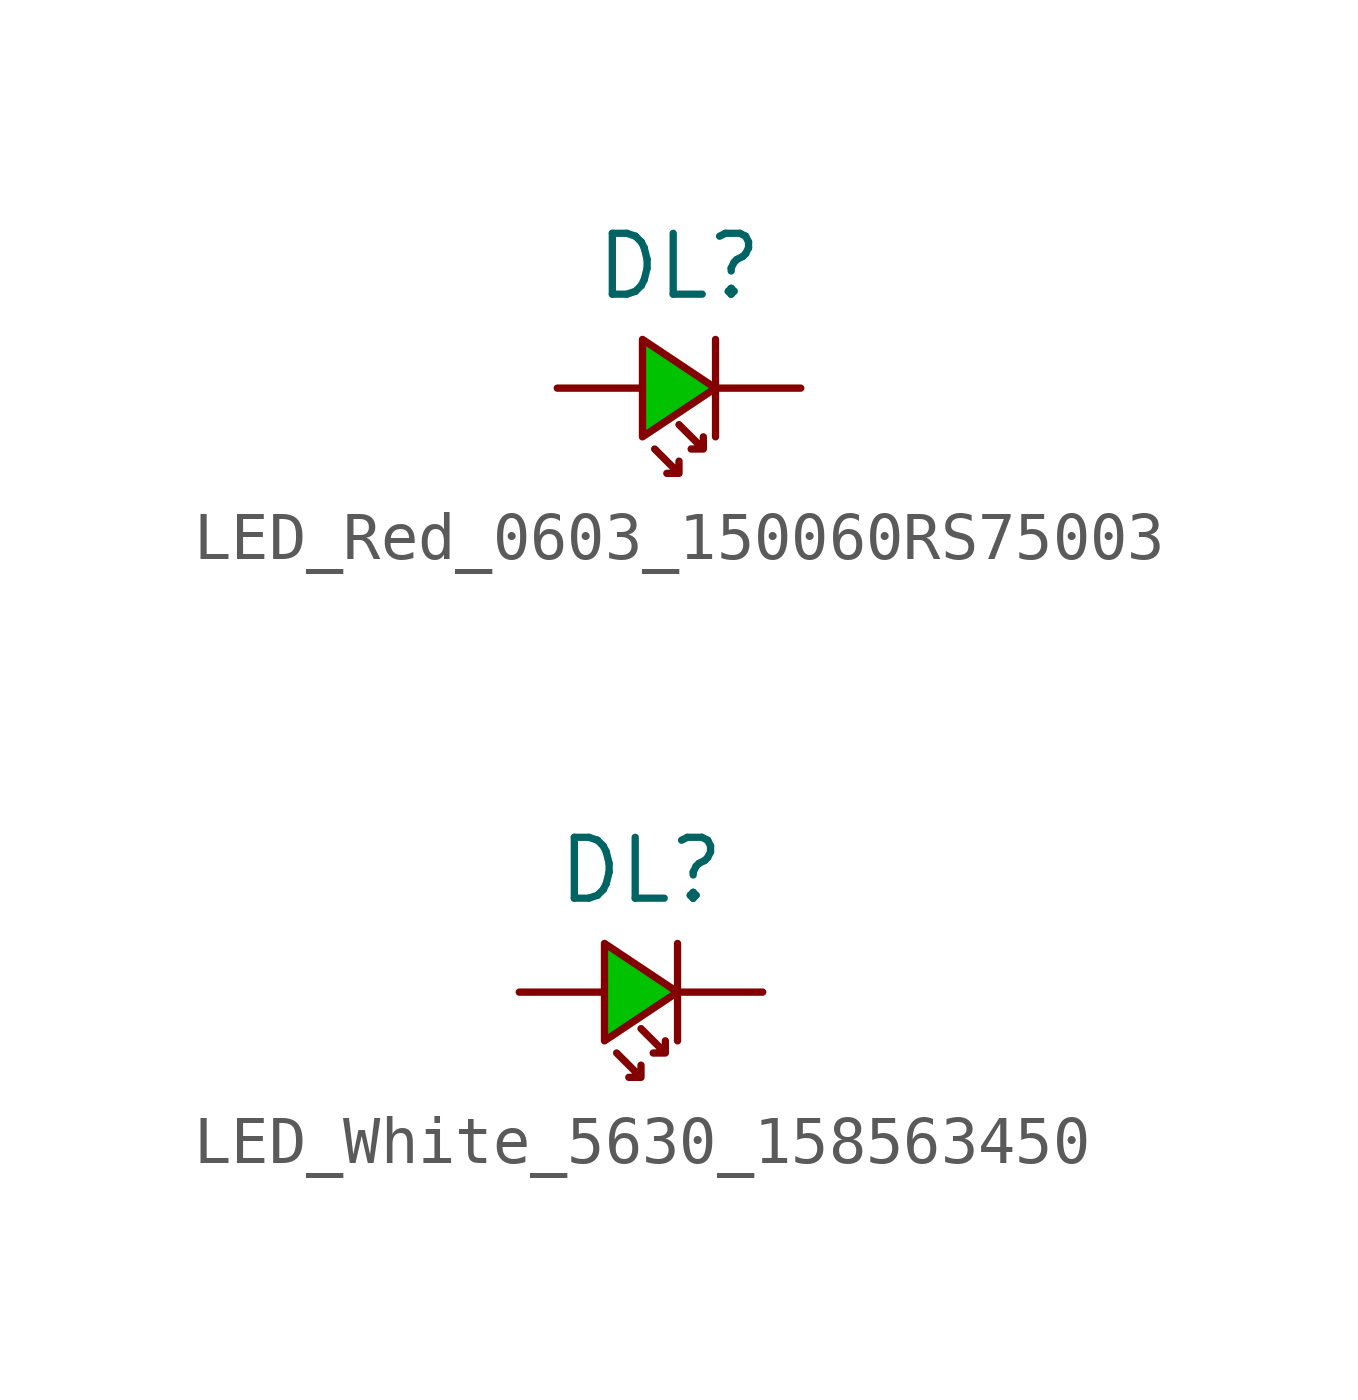
<source format=kicad_sym>
(kicad_symbol_lib
  (version 20220914)
  (generator kicad_symbol_editor)
  (symbol "LED_Red_0603_150060RS75003"
    (pin_numbers hide)
    (pin_names
      (offset 0) hide)
    (property "Reference" "DL"
      (at 0 2.54 0)
      (effects (font (size 1.27 1.27))))
    (symbol "LED_Red_0603_150060RS75003_0_1"
      (polyline (pts (xy 0.762 1.016) (xy 0.762 -1.016)) (stroke (width 0) (type solid)) (fill (type none)))
      (polyline (pts (xy -0.508 -1.27) (xy 0 -1.778) (xy -0.254 -1.778) (xy 0 -1.778) (xy 0 -1.524)) (stroke (width 0) (type solid)) (fill (type none)))
      (polyline (pts (xy 0 -0.762) (xy 0.508 -1.27) (xy 0.254 -1.27) (xy 0.508 -1.27) (xy 0.508 -1.016)) (stroke (width 0) (type solid)) (fill (type none))))
    (symbol "LED_Red_0603_150060RS75003_1_1"
      (polyline (pts (xy -0.762 1.016) (xy 0.762 0) (xy -0.762 -1.016) (xy -0.762 1.016)) (stroke (width 0) (type solid)) (fill (type color) (color 0 194 0 1)))
      (pin passive line (at 2.54 0 180) (length 1.778) (name "K" (effects (font (size 1.27 1.27)))) (number "1" (effects (font (size 1.27 1.27)))))
      (pin passive line (at -2.54 0 0) (length 1.778) (name "A" (effects (font (size 1.27 1.27)))) (number "2" (effects (font (size 1.27 1.27)))))))
  (symbol "LED_White_5630_158563450"
    (pin_numbers hide)
    (pin_names
      (offset 0) hide)
    (property "Reference" "DL"
      (at 0 2.54 0)
      (effects (font (size 1.27 1.27))))
    (symbol "LED_White_5630_158563450_0_1"
      (polyline (pts (xy 0.762 1.016) (xy 0.762 -1.016)) (stroke (width 0) (type solid)) (fill (type none)))
      (polyline (pts (xy -0.508 -1.27) (xy 0 -1.778) (xy -0.254 -1.778) (xy 0 -1.778) (xy 0 -1.524)) (stroke (width 0) (type solid)) (fill (type none)))
      (polyline (pts (xy 0 -0.762) (xy 0.508 -1.27) (xy 0.254 -1.27) (xy 0.508 -1.27) (xy 0.508 -1.016)) (stroke (width 0) (type solid)) (fill (type none))))
    (symbol "LED_White_5630_158563450_1_1"
      (polyline (pts (xy -0.762 1.016) (xy 0.762 0) (xy -0.762 -1.016) (xy -0.762 1.016)) (stroke (width 0) (type solid)) (fill (type color) (color 0 194 0 1)))
      (pin passive line (at 2.54 0 180) (length 1.778) (name "K" (effects (font (size 1.27 1.27)))) (number "1" (effects (font (size 1.27 1.27)))))
      (pin passive line (at -2.54 0 0) (length 1.778) (name "A" (effects (font (size 1.27 1.27)))) (number "2" (effects (font (size 1.27 1.27))))))))
</source>
